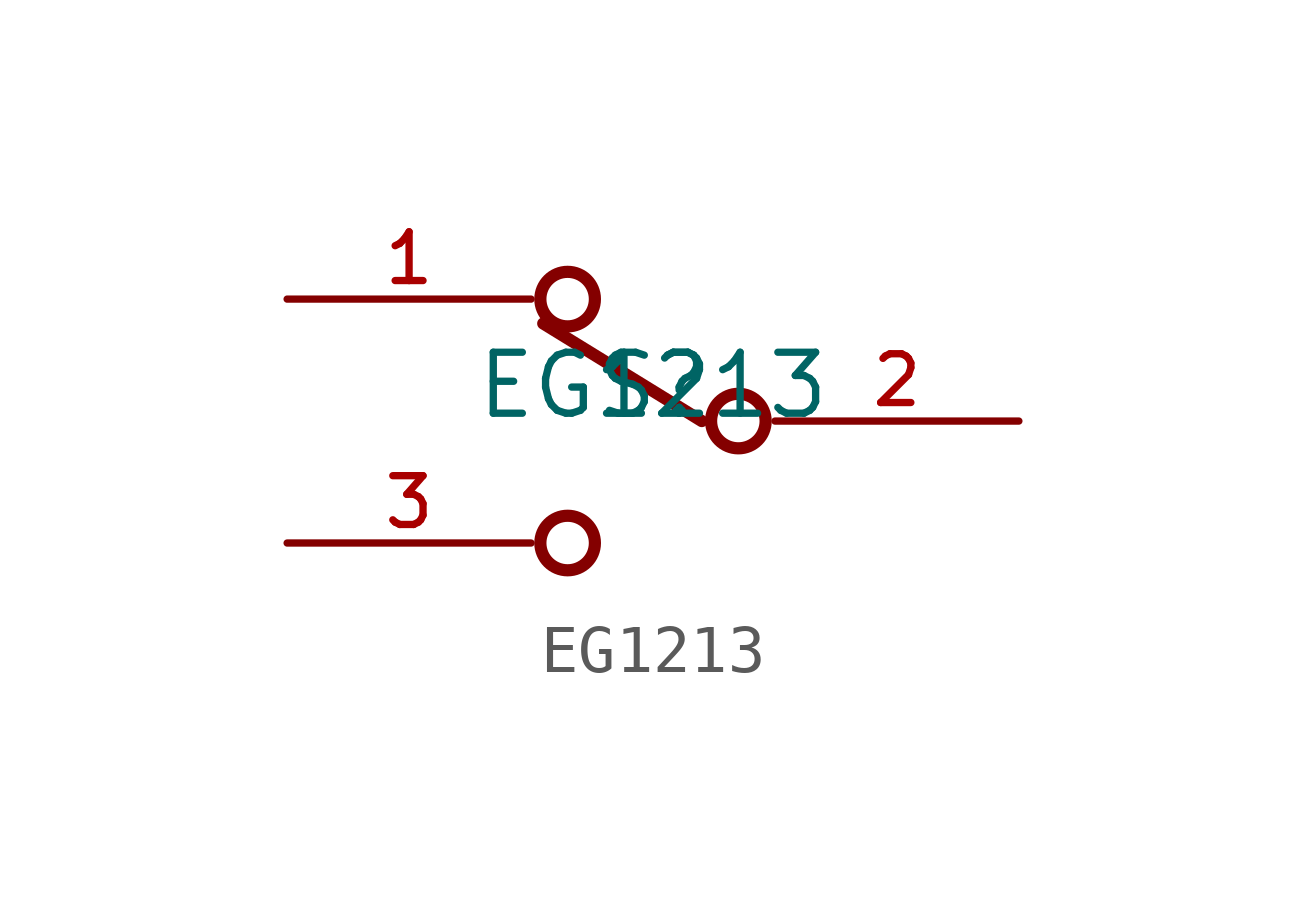
<source format=kicad_sym>
(kicad_symbol_lib
  (version 20231120)
  (generator "kicad_symbol_editor")
  (generator_version "8.0")
  (symbol "EG1213"
    (pin_names
      (offset 1.016))
    (property "Reference" "S"
      (at 0 0 0)
      (effects (font (size 1.27 1.27)) (justify bottom)))
    (property "Value" "EG1213"
      (at 0 0 0)
      (effects (font (size 1.27 1.27)) (justify bottom)))
    (symbol "EG1213_0_0"
      (circle (center -1.778 -2.54) (radius 0.568) (stroke (width 0.254) (type default)) (fill (type none)))
      (circle (center -1.778 2.54) (radius 0.568) (stroke (width 0.254) (type default)) (fill (type none)))
      (polyline (pts (xy 1.016 0) (xy -2.286 2.032)) (stroke (width 0.254) (type default)) (fill (type none)))
      (circle (center 1.778 0) (radius 0.568) (stroke (width 0.254) (type default)) (fill (type none)))
      (pin passive line (at -7.62 2.54 0) (length 5.08) (name "~" (effects (font (size 1.016 1.016)))) (number "1" (effects (font (size 1.016 1.016)))))
      (pin passive line (at 7.62 0 180) (length 5.08) (name "~" (effects (font (size 1.016 1.016)))) (number "2" (effects (font (size 1.016 1.016)))))
      (pin passive line (at -7.62 -2.54 0) (length 5.08) (name "~" (effects (font (size 1.016 1.016)))) (number "3" (effects (font (size 1.016 1.016))))))))
</source>
